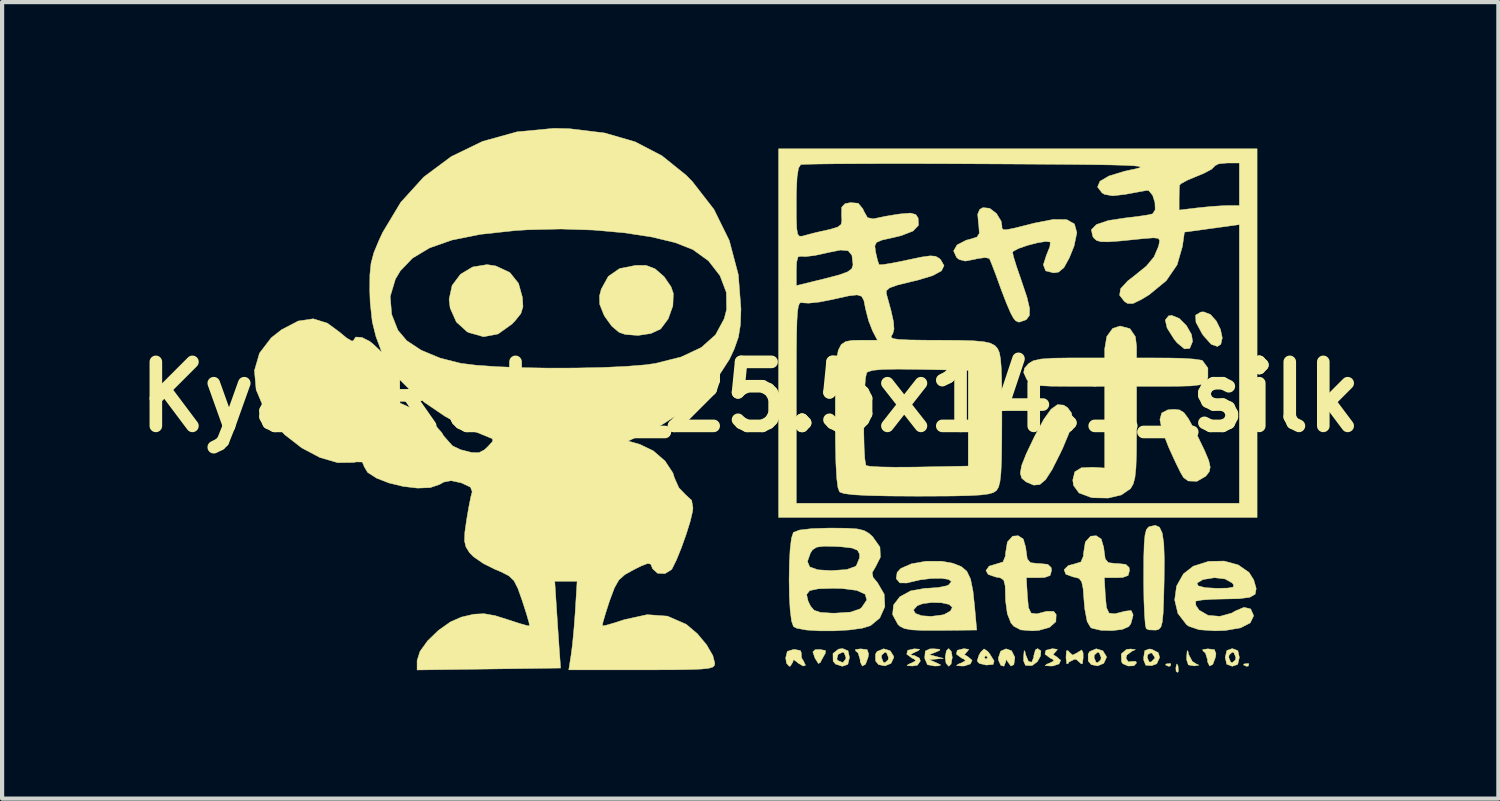
<source format=kicad_pcb>
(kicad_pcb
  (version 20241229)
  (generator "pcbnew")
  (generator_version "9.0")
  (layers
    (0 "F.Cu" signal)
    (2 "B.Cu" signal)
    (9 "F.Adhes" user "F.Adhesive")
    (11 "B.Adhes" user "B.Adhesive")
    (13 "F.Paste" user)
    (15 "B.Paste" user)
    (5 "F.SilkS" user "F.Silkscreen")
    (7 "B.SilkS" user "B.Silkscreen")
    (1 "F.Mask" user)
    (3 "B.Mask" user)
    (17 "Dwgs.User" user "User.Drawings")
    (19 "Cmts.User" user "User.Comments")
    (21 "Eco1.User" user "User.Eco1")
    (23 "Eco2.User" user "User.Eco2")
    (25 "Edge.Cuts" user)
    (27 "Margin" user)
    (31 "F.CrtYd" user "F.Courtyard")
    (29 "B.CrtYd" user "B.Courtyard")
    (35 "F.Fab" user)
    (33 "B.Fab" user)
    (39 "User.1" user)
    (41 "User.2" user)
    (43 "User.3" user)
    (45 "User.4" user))
  (footprint "KyatiRobo_25.5x14.1_silk"
    (layer "F.Cu")
    (at 14.812 6.4)
    (property "Reference" "KyatiRobo_25.5x14.1_silk" (at 0 0 0) (layer "F.SilkS") (effects (font (size 1.524 1.524) (thickness 0.3))))
    (attr through_hole)
    (fp_poly (pts (xy 10.014 6.357) (xy 10.002 6.407) (xy 9.957 6.413) (xy 9.888 6.382) (xy 9.901 6.357) (xy 10.001 6.347) (xy 10.014 6.357)) (stroke (width 0.01) (type solid)) (fill yes) (layer "F.SilkS"))
    (fp_poly (pts (xy 10.184 6.397) (xy 10.194 6.529) (xy 10.177 6.559) (xy 10.139 6.534) (xy 10.133 6.448) (xy 10.154 6.358) (xy 10.184 6.397)) (stroke (width 0.01) (type solid)) (fill yes) (layer "F.SilkS"))
    (fp_poly (pts (xy 11.87 6.357) (xy 11.859 6.407) (xy 11.814 6.413) (xy 11.744 6.382) (xy 11.758 6.357) (xy 11.858 6.347) (xy 11.87 6.357)) (stroke (width 0.01) (type solid)) (fill yes) (layer "F.SilkS"))
    (fp_poly (pts (xy 4.789 6.064) (xy 4.81 6.202) (xy 4.781 6.361) (xy 4.726 6.413) (xy 4.662 6.341) (xy 4.641 6.202) (xy 4.67 6.044) (xy 4.726 5.991) (xy 4.789 6.064)) (stroke (width 0.01) (type solid)) (fill yes) (layer "F.SilkS"))
    (fp_poly (pts (xy 1.794 6.038) (xy 1.785 6.107) (xy 1.689 6.278) (xy 1.675 6.317) (xy 1.623 6.348) (xy 1.543 6.222) (xy 1.49 6.071) (xy 1.545 6.018) (xy 1.654 6.012) (xy 1.794 6.038)) (stroke (width 0.01) (type solid)) (fill yes) (layer "F.SilkS"))
    (fp_poly (pts (xy 2.783 6.016) (xy 2.818 6.116) (xy 2.805 6.202) (xy 2.743 6.367) (xy 2.668 6.407) (xy 2.619 6.31) (xy 2.616 6.252) (xy 2.568 6.096) (xy 2.51 6.047) (xy 2.502 6.015) (xy 2.625 5.998) (xy 2.783 6.016)) (stroke (width 0.01) (type solid)) (fill yes) (layer "F.SilkS"))
    (fp_poly (pts (xy 10.422 6.058) (xy 10.438 6.134) (xy 10.525 6.297) (xy 10.617 6.356) (xy 10.682 6.386) (xy 10.583 6.403) (xy 10.569 6.404) (xy 10.431 6.38) (xy 10.39 6.258) (xy 10.391 6.181) (xy 10.403 6.039) (xy 10.422 6.058)) (stroke (width 0.01) (type solid)) (fill yes) (layer "F.SilkS"))
    (fp_poly (pts (xy 11.052 6.016) (xy 11.088 6.116) (xy 11.075 6.202) (xy 11.013 6.367) (xy 10.938 6.407) (xy 10.889 6.31) (xy 10.886 6.252) (xy 10.837 6.096) (xy 10.78 6.047) (xy 10.771 6.015) (xy 10.895 5.998) (xy 11.052 6.016)) (stroke (width 0.01) (type solid)) (fill yes) (layer "F.SilkS"))
    (fp_poly (pts (xy 10.212 -1.87) (xy 10.385 -1.698) (xy 10.506 -1.486) (xy 10.531 -1.32) (xy 10.463 -1.155) (xy 10.338 -1.144) (xy 10.165 -1.286) (xy 10.092 -1.375) (xy 9.925 -1.64) (xy 9.881 -1.83) (xy 9.959 -1.93) (xy 10.036 -1.941) (xy 10.212 -1.87)) (stroke (width 0.01) (type solid)) (fill yes) (layer "F.SilkS"))
    (fp_poly (pts (xy 10.956 -1.963) (xy 11.096 -1.807) (xy 11.196 -1.606) (xy 11.238 -1.406) (xy 11.204 -1.254) (xy 11.122 -1.201) (xy 10.975 -1.253) (xy 10.793 -1.455) (xy 10.756 -1.509) (xy 10.612 -1.777) (xy 10.603 -1.946) (xy 10.728 -2.021) (xy 10.797 -2.025) (xy 10.956 -1.963)) (stroke (width 0.01) (type solid)) (fill yes) (layer "F.SilkS"))
    (fp_poly (pts (xy 6.222 6.043) (xy 6.297 6.193) (xy 6.299 6.213) (xy 6.276 6.373) (xy 6.206 6.408) (xy 6.132 6.308) (xy 6.094 6.246) (xy 6.082 6.308) (xy 6.04 6.411) (xy 5.967 6.392) (xy 5.913 6.277) (xy 5.907 6.213) (xy 5.963 6.053) (xy 6.089 5.997) (xy 6.222 6.043)) (stroke (width 0.01) (type solid)) (fill yes) (layer "F.SilkS"))
    (fp_poly (pts (xy 9.17 6.015) (xy 9.12 6.042) (xy 9.093 6.05) (xy 8.967 6.144) (xy 8.945 6.218) (xy 8.999 6.308) (xy 9.071 6.298) (xy 9.18 6.297) (xy 9.198 6.332) (xy 9.135 6.401) (xy 8.999 6.407) (xy 8.873 6.354) (xy 8.84 6.308) (xy 8.833 6.117) (xy 8.959 6.011) (xy 9.057 6.001) (xy 9.17 6.015)) (stroke (width 0.01) (type solid)) (fill yes) (layer "F.SilkS"))
    (fp_poly (pts (xy 1.193 6.038) (xy 1.215 6.09) (xy 1.221 6.211) (xy 1.269 6.29) (xy 1.316 6.39) (xy 1.258 6.407) (xy 1.139 6.336) (xy 1.114 6.312) (xy 1.03 6.253) (xy 1.013 6.312) (xy 0.957 6.407) (xy 0.928 6.413) (xy 0.864 6.341) (xy 0.844 6.213) (xy 0.882 6.059) (xy 1.026 6.013) (xy 1.053 6.012) (xy 1.193 6.038)) (stroke (width 0.01) (type solid)) (fill yes) (layer "F.SilkS"))
    (fp_poly (pts (xy 4.516 6.008) (xy 4.508 6.036) (xy 4.43 6.07) (xy 4.261 6.137) (xy 4.43 6.181) (xy 4.599 6.225) (xy 4.261 6.256) (xy 4.43 6.329) (xy 4.536 6.382) (xy 4.491 6.403) (xy 4.385 6.407) (xy 4.219 6.375) (xy 4.158 6.235) (xy 4.154 6.202) (xy 4.168 6.049) (xy 4.277 5.999) (xy 4.368 5.997) (xy 4.516 6.008)) (stroke (width 0.01) (type solid)) (fill yes) (layer "F.SilkS"))
    (fp_poly (pts (xy 6.92 6.046) (xy 6.91 6.169) (xy 6.835 6.304) (xy 6.717 6.391) (xy 6.688 6.398) (xy 6.552 6.391) (xy 6.508 6.285) (xy 6.509 6.187) (xy 6.521 6.041) (xy 6.539 6.056) (xy 6.557 6.139) (xy 6.622 6.295) (xy 6.702 6.317) (xy 6.749 6.2) (xy 6.751 6.16) (xy 6.789 6.023) (xy 6.841 5.991) (xy 6.92 6.046)) (stroke (width 0.01) (type solid)) (fill yes) (layer "F.SilkS"))
    (fp_poly (pts (xy 5.204 6.01) (xy 5.165 6.063) (xy 5.162 6.065) (xy 5.1 6.134) (xy 5.188 6.19) (xy 5.282 6.271) (xy 5.241 6.357) (xy 5.095 6.406) (xy 5.037 6.407) (xy 4.911 6.397) (xy 4.946 6.365) (xy 5.015 6.338) (xy 5.124 6.282) (xy 5.08 6.238) (xy 5.036 6.22) (xy 4.907 6.124) (xy 4.929 6.032) (xy 5.084 5.993) (xy 5.204 6.01)) (stroke (width 0.01) (type solid)) (fill yes) (layer "F.SilkS"))
    (fp_poly (pts (xy 5.652 6.056) (xy 5.698 6.113) (xy 5.806 6.286) (xy 5.783 6.369) (xy 5.62 6.384) (xy 5.612 6.383) (xy 5.453 6.345) (xy 5.402 6.287) (xy 5.429 6.202) (xy 5.569 6.202) (xy 5.612 6.245) (xy 5.654 6.202) (xy 5.612 6.16) (xy 5.569 6.202) (xy 5.429 6.202) (xy 5.446 6.149) (xy 5.488 6.076) (xy 5.566 6) (xy 5.652 6.056)) (stroke (width 0.01) (type solid)) (fill yes) (layer "F.SilkS"))
    (fp_poly (pts (xy 7.313 6.01) (xy 7.275 6.063) (xy 7.271 6.065) (xy 7.209 6.134) (xy 7.298 6.19) (xy 7.391 6.271) (xy 7.351 6.357) (xy 7.205 6.406) (xy 7.147 6.407) (xy 7.021 6.397) (xy 7.056 6.365) (xy 7.124 6.338) (xy 7.234 6.282) (xy 7.189 6.238) (xy 7.145 6.22) (xy 7.017 6.124) (xy 7.039 6.032) (xy 7.194 5.993) (xy 7.313 6.01)) (stroke (width 0.01) (type solid)) (fill yes) (layer "F.SilkS"))
    (fp_poly (pts (xy 11.609 6.041) (xy 11.645 6.202) (xy 11.606 6.368) (xy 11.476 6.413) (xy 11.344 6.364) (xy 11.308 6.202) (xy 11.392 6.202) (xy 11.438 6.315) (xy 11.476 6.329) (xy 11.551 6.261) (xy 11.561 6.202) (xy 11.515 6.09) (xy 11.476 6.076) (xy 11.402 6.144) (xy 11.392 6.202) (xy 11.308 6.202) (xy 11.347 6.037) (xy 11.476 5.991) (xy 11.609 6.041)) (stroke (width 0.01) (type solid)) (fill yes) (layer "F.SilkS"))
    (fp_poly (pts (xy -6.058 -3.118) (xy -5.724 -2.962) (xy -5.517 -2.704) (xy -5.425 -2.372) (xy -5.411 -2.15) (xy -5.46 -1.986) (xy -5.601 -1.81) (xy -5.677 -1.732) (xy -6.004 -1.499) (xy -6.349 -1.433) (xy -6.707 -1.534) (xy -6.742 -1.552) (xy -6.998 -1.785) (xy -7.145 -2.117) (xy -7.17 -2.323) (xy -7.098 -2.654) (xy -6.899 -2.92) (xy -6.609 -3.094) (xy -6.266 -3.15) (xy -6.058 -3.118)) (stroke (width 0.01) (type solid)) (fill yes) (layer "F.SilkS"))
    (fp_poly (pts (xy 4.034 6.007) (xy 4.004 6.04) (xy 3.924 6.076) (xy 3.815 6.131) (xy 3.859 6.152) (xy 3.903 6.154) (xy 4.028 6.219) (xy 4.05 6.287) (xy 3.979 6.388) (xy 3.861 6.407) (xy 3.732 6.397) (xy 3.765 6.366) (xy 3.833 6.338) (xy 3.943 6.282) (xy 3.898 6.238) (xy 3.854 6.22) (xy 3.726 6.125) (xy 3.748 6.033) (xy 3.903 5.997) (xy 4.034 6.007)) (stroke (width 0.01) (type solid)) (fill yes) (layer "F.SilkS"))
    (fp_poly (pts (xy 7.925 6.093) (xy 7.926 6.213) (xy 7.909 6.351) (xy 7.878 6.355) (xy 7.876 6.35) (xy 7.766 6.252) (xy 7.721 6.245) (xy 7.59 6.311) (xy 7.566 6.35) (xy 7.536 6.354) (xy 7.519 6.222) (xy 7.518 6.202) (xy 7.528 6.045) (xy 7.57 6.043) (xy 7.59 6.07) (xy 7.674 6.147) (xy 7.79 6.089) (xy 7.799 6.081) (xy 7.892 6.025) (xy 7.925 6.093)) (stroke (width 0.01) (type solid)) (fill yes) (layer "F.SilkS"))
    (fp_poly (pts (xy 2.328 6.044) (xy 2.363 6.202) (xy 2.324 6.367) (xy 2.191 6.413) (xy 2.03 6.36) (xy 1.973 6.291) (xy 1.972 6.24) (xy 2.062 6.24) (xy 2.084 6.275) (xy 2.206 6.326) (xy 2.276 6.236) (xy 2.278 6.202) (xy 2.235 6.09) (xy 2.199 6.076) (xy 2.089 6.132) (xy 2.062 6.24) (xy 1.972 6.24) (xy 1.97 6.108) (xy 2.103 6.004) (xy 2.199 5.991) (xy 2.328 6.044)) (stroke (width 0.01) (type solid)) (fill yes) (layer "F.SilkS"))
    (fp_poly (pts (xy 9.557 6.007) (xy 9.715 6.09) (xy 9.747 6.202) (xy 9.678 6.353) (xy 9.557 6.398) (xy 9.416 6.388) (xy 9.369 6.27) (xy 9.367 6.202) (xy 9.451 6.202) (xy 9.494 6.307) (xy 9.542 6.313) (xy 9.629 6.226) (xy 9.633 6.202) (xy 9.567 6.103) (xy 9.542 6.092) (xy 9.465 6.133) (xy 9.451 6.202) (xy 9.367 6.202) (xy 9.393 6.041) (xy 9.499 6.001) (xy 9.557 6.007)) (stroke (width 0.01) (type solid)) (fill yes) (layer "F.SilkS"))
    (fp_poly (pts (xy 3.332 6.044) (xy 3.416 6.178) (xy 3.418 6.203) (xy 3.352 6.343) (xy 3.207 6.404) (xy 3.055 6.373) (xy 2.984 6.287) (xy 2.983 6.202) (xy 3.122 6.202) (xy 3.168 6.315) (xy 3.207 6.329) (xy 3.282 6.261) (xy 3.291 6.202) (xy 3.245 6.09) (xy 3.207 6.076) (xy 3.132 6.144) (xy 3.122 6.202) (xy 2.983 6.202) (xy 2.982 6.124) (xy 3.018 6.062) (xy 3.174 5.996) (xy 3.332 6.044)) (stroke (width 0.01) (type solid)) (fill yes) (layer "F.SilkS"))
    (fp_poly (pts (xy 8.395 6.044) (xy 8.479 6.178) (xy 8.481 6.203) (xy 8.416 6.343) (xy 8.27 6.404) (xy 8.118 6.373) (xy 8.047 6.287) (xy 8.046 6.202) (xy 8.185 6.202) (xy 8.231 6.315) (xy 8.27 6.329) (xy 8.345 6.261) (xy 8.354 6.202) (xy 8.309 6.09) (xy 8.27 6.076) (xy 8.195 6.144) (xy 8.185 6.202) (xy 8.046 6.202) (xy 8.045 6.124) (xy 8.081 6.062) (xy 8.237 5.996) (xy 8.395 6.044)) (stroke (width 0.01) (type solid)) (fill yes) (layer "F.SilkS"))
    (fp_poly (pts (xy -2.48 -3.132) (xy -2.266 -3.05) (xy -2.051 -2.863) (xy -1.886 -2.623) (xy -1.831 -2.466) (xy -1.842 -2.17) (xy -1.953 -1.859) (xy -2.131 -1.621) (xy -2.135 -1.617) (xy -2.365 -1.51) (xy -2.672 -1.464) (xy -2.974 -1.487) (xy -3.122 -1.537) (xy -3.296 -1.684) (xy -3.459 -1.909) (xy -3.488 -1.962) (xy -3.584 -2.205) (xy -3.589 -2.406) (xy -3.547 -2.566) (xy -3.38 -2.869) (xy -3.112 -3.056) (xy -2.728 -3.132) (xy -2.48 -3.132)) (stroke (width 0.01) (type solid)) (fill yes) (layer "F.SilkS"))
    (fp_poly (pts (xy 7.462 0.195) (xy 7.557 0.257) (xy 7.651 0.387) (xy 7.665 0.575) (xy 7.596 0.845) (xy 7.438 1.224) (xy 7.377 1.351) (xy 7.186 1.731) (xy 7.032 1.97) (xy 6.893 2.087) (xy 6.749 2.1) (xy 6.576 2.027) (xy 6.561 2.018) (xy 6.463 1.935) (xy 6.429 1.815) (xy 6.462 1.631) (xy 6.57 1.358) (xy 6.756 0.967) (xy 6.775 0.929) (xy 6.986 0.538) (xy 7.161 0.294) (xy 7.314 0.184) (xy 7.462 0.195)) (stroke (width 0.01) (type solid)) (fill yes) (layer "F.SilkS"))
    (fp_poly (pts (xy 10.221 0.31) (xy 10.326 0.374) (xy 10.433 0.519) (xy 10.571 0.773) (xy 10.648 0.928) (xy 10.818 1.28) (xy 10.917 1.517) (xy 10.951 1.672) (xy 10.929 1.78) (xy 10.856 1.874) (xy 10.837 1.893) (xy 10.635 2.009) (xy 10.428 2.001) (xy 10.316 1.92) (xy 10.243 1.796) (xy 10.128 1.562) (xy 9.991 1.263) (xy 9.957 1.186) (xy 9.807 0.802) (xy 9.753 0.541) (xy 9.796 0.382) (xy 9.941 0.308) (xy 10.093 0.295) (xy 10.221 0.31)) (stroke (width 0.01) (type solid)) (fill yes) (layer "F.SilkS"))
    (fp_poly (pts (xy 9.743 3.102) (xy 9.809 3.241) (xy 9.846 3.493) (xy 9.859 3.876) (xy 9.854 4.379) (xy 9.843 4.84) (xy 9.83 5.158) (xy 9.809 5.362) (xy 9.777 5.478) (xy 9.728 5.532) (xy 9.659 5.552) (xy 9.659 5.552) (xy 9.491 5.546) (xy 9.427 5.517) (xy 9.405 5.415) (xy 9.387 5.177) (xy 9.373 4.835) (xy 9.367 4.422) (xy 9.367 4.299) (xy 9.369 3.827) (xy 9.379 3.497) (xy 9.399 3.284) (xy 9.431 3.16) (xy 9.48 3.1) (xy 9.504 3.088) (xy 9.643 3.057) (xy 9.743 3.102)) (stroke (width 0.01) (type solid)) (fill yes) (layer "F.SilkS"))
    (fp_poly (pts (xy 6.501 3.384) (xy 6.559 3.585) (xy 6.566 3.65) (xy 6.596 3.858) (xy 6.671 3.946) (xy 6.842 3.966) (xy 6.883 3.966) (xy 7.084 3.986) (xy 7.164 4.062) (xy 7.173 4.135) (xy 7.14 4.251) (xy 7.013 4.298) (xy 6.873 4.304) (xy 6.573 4.304) (xy 6.599 4.747) (xy 6.624 5.016) (xy 6.686 5.146) (xy 6.82 5.165) (xy 7.056 5.104) (xy 7.225 5.105) (xy 7.284 5.18) (xy 7.276 5.352) (xy 7.128 5.485) (xy 6.868 5.559) (xy 6.707 5.569) (xy 6.438 5.546) (xy 6.272 5.458) (xy 6.207 5.382) (xy 6.121 5.163) (xy 6.078 4.848) (xy 6.076 4.755) (xy 6.069 4.497) (xy 6.035 4.362) (xy 5.951 4.306) (xy 5.844 4.288) (xy 5.665 4.226) (xy 5.612 4.135) (xy 5.687 4.029) (xy 5.844 3.982) (xy 6.017 3.929) (xy 6.074 3.791) (xy 6.077 3.728) (xy 6.122 3.454) (xy 6.247 3.315) (xy 6.381 3.305) (xy 6.501 3.384)) (stroke (width 0.01) (type solid)) (fill yes) (layer "F.SilkS"))
    (fp_poly (pts (xy 8.357 3.384) (xy 8.416 3.585) (xy 8.423 3.65) (xy 8.452 3.858) (xy 8.527 3.946) (xy 8.699 3.966) (xy 8.739 3.966) (xy 8.94 3.986) (xy 9.021 4.062) (xy 9.029 4.135) (xy 8.997 4.251) (xy 8.87 4.298) (xy 8.729 4.304) (xy 8.43 4.304) (xy 8.455 4.747) (xy 8.481 5.016) (xy 8.542 5.146) (xy 8.678 5.164) (xy 8.924 5.101) (xy 9.069 5.085) (xy 9.113 5.179) (xy 9.114 5.205) (xy 9.063 5.395) (xy 9.012 5.468) (xy 8.858 5.535) (xy 8.612 5.564) (xy 8.347 5.556) (xy 8.138 5.507) (xy 8.105 5.49) (xy 8.021 5.347) (xy 7.965 5.051) (xy 7.948 4.863) (xy 7.925 4.566) (xy 7.89 4.399) (xy 7.827 4.32) (xy 7.716 4.29) (xy 7.691 4.287) (xy 7.512 4.221) (xy 7.473 4.113) (xy 7.572 4.015) (xy 7.7 3.982) (xy 7.873 3.929) (xy 7.931 3.791) (xy 7.934 3.728) (xy 7.978 3.454) (xy 8.104 3.315) (xy 8.238 3.305) (xy 8.357 3.384)) (stroke (width 0.01) (type solid)) (fill yes) (layer "F.SilkS"))
    (fp_poly (pts (xy 11.617 3.999) (xy 11.874 4.177) (xy 11.987 4.356) (xy 12.046 4.562) (xy 12.022 4.696) (xy 11.892 4.771) (xy 11.634 4.804) (xy 11.324 4.81) (xy 11.004 4.817) (xy 10.753 4.835) (xy 10.615 4.86) (xy 10.604 4.866) (xy 10.61 4.963) (xy 10.688 5.077) (xy 10.9 5.2) (xy 11.182 5.224) (xy 11.464 5.146) (xy 11.546 5.098) (xy 11.755 5.009) (xy 11.914 5.047) (xy 11.982 5.2) (xy 11.983 5.216) (xy 11.904 5.38) (xy 11.676 5.497) (xy 11.314 5.56) (xy 11.06 5.569) (xy 10.687 5.543) (xy 10.442 5.46) (xy 10.388 5.422) (xy 10.182 5.155) (xy 10.105 4.833) (xy 10.15 4.503) (xy 10.19 4.432) (xy 10.637 4.432) (xy 10.663 4.497) (xy 10.831 4.541) (xy 11.107 4.557) (xy 11.371 4.551) (xy 11.496 4.528) (xy 11.509 4.478) (xy 11.476 4.43) (xy 11.306 4.335) (xy 11.052 4.304) (xy 10.791 4.346) (xy 10.766 4.355) (xy 10.637 4.432) (xy 10.19 4.432) (xy 10.313 4.213) (xy 10.548 4.03) (xy 10.911 3.915) (xy 11.281 3.908) (xy 11.617 3.999)) (stroke (width 0.01) (type solid)) (fill yes) (layer "F.SilkS"))
    (fp_poly (pts (xy 4.822 3.96) (xy 5.022 4.038) (xy 5.157 4.151) (xy 5.245 4.335) (xy 5.303 4.623) (xy 5.342 4.99) (xy 5.392 5.55) (xy 4.523 5.559) (xy 4.117 5.559) (xy 3.845 5.546) (xy 3.672 5.515) (xy 3.563 5.46) (xy 3.515 5.415) (xy 3.389 5.182) (xy 3.4 5.072) (xy 3.886 5.072) (xy 3.933 5.155) (xy 4.084 5.21) (xy 4.307 5.225) (xy 4.57 5.191) (xy 4.62 5.179) (xy 4.768 5.095) (xy 4.81 5.011) (xy 4.736 4.941) (xy 4.555 4.901) (xy 4.325 4.894) (xy 4.105 4.922) (xy 3.976 4.971) (xy 3.886 5.072) (xy 3.4 5.072) (xy 3.411 4.955) (xy 3.561 4.758) (xy 3.82 4.617) (xy 4.166 4.556) (xy 4.21 4.556) (xy 4.472 4.538) (xy 4.675 4.497) (xy 4.723 4.476) (xy 4.789 4.397) (xy 4.721 4.344) (xy 4.551 4.319) (xy 4.313 4.322) (xy 4.04 4.356) (xy 3.763 4.421) (xy 3.735 4.43) (xy 3.562 4.428) (xy 3.475 4.326) (xy 3.497 4.178) (xy 3.584 4.084) (xy 3.84 3.972) (xy 4.187 3.912) (xy 4.557 3.912) (xy 4.822 3.96)) (stroke (width 0.01) (type solid)) (fill yes) (layer "F.SilkS"))
    (fp_poly (pts (xy 9.04 -1.625) (xy 9.169 -1.436) (xy 9.198 -1.207) (xy 9.198 -0.928) (xy 9.936 -0.927) (xy 10.28 -0.92) (xy 10.562 -0.901) (xy 10.738 -0.875) (xy 10.768 -0.864) (xy 10.896 -0.688) (xy 10.896 -0.462) (xy 10.871 -0.401) (xy 10.811 -0.33) (xy 10.695 -0.286) (xy 10.49 -0.262) (xy 10.163 -0.254) (xy 9.997 -0.253) (xy 9.198 -0.253) (xy 9.198 0.877) (xy 9.195 1.352) (xy 9.183 1.689) (xy 9.159 1.919) (xy 9.119 2.07) (xy 9.06 2.174) (xy 9.05 2.187) (xy 8.836 2.333) (xy 8.522 2.408) (xy 8.167 2.401) (xy 8.101 2.389) (xy 7.827 2.286) (xy 7.696 2.107) (xy 7.679 1.978) (xy 7.727 1.783) (xy 7.884 1.687) (xy 8.161 1.674) (xy 8.439 1.693) (xy 8.439 -0.253) (xy 7.555 -0.253) (xy 7.155 -0.256) (xy 6.89 -0.269) (xy 6.728 -0.298) (xy 6.636 -0.347) (xy 6.585 -0.416) (xy 6.51 -0.579) (xy 6.53 -0.684) (xy 6.63 -0.796) (xy 6.737 -0.861) (xy 6.92 -0.902) (xy 7.211 -0.923) (xy 7.601 -0.928) (xy 8.439 -0.928) (xy 8.439 -1.145) (xy 8.489 -1.439) (xy 8.628 -1.63) (xy 8.804 -1.688) (xy 9.04 -1.625)) (stroke (width 0.01) (type solid)) (fill yes) (layer "F.SilkS"))
    (fp_poly (pts (xy 5.7 -4.491) (xy 5.862 -4.367) (xy 5.973 -4.186) (xy 5.991 -4.083) (xy 5.994 -4.018) (xy 6.021 -3.983) (xy 6.105 -3.982) (xy 6.276 -4.016) (xy 6.564 -4.087) (xy 6.759 -4.137) (xy 7.216 -4.226) (xy 7.534 -4.222) (xy 7.719 -4.118) (xy 7.776 -3.91) (xy 7.71 -3.593) (xy 7.597 -3.312) (xy 7.469 -3.079) (xy 7.341 -2.972) (xy 7.226 -2.953) (xy 7.034 -3.001) (xy 6.978 -3.146) (xy 7.057 -3.391) (xy 7.064 -3.404) (xy 7.135 -3.582) (xy 7.143 -3.686) (xy 7.141 -3.688) (xy 7.035 -3.701) (xy 6.835 -3.669) (xy 6.601 -3.608) (xy 6.389 -3.535) (xy 6.26 -3.466) (xy 6.245 -3.44) (xy 6.272 -3.323) (xy 6.343 -3.095) (xy 6.444 -2.802) (xy 6.455 -2.769) (xy 6.588 -2.374) (xy 6.651 -2.105) (xy 6.646 -1.938) (xy 6.576 -1.844) (xy 6.533 -1.823) (xy 6.395 -1.779) (xy 6.32 -1.812) (xy 6.265 -1.878) (xy 6.197 -2.004) (xy 6.095 -2.243) (xy 5.978 -2.547) (xy 5.956 -2.607) (xy 5.846 -2.911) (xy 5.754 -3.151) (xy 5.698 -3.286) (xy 5.693 -3.296) (xy 5.594 -3.318) (xy 5.4 -3.291) (xy 5.347 -3.277) (xy 5.117 -3.234) (xy 4.972 -3.272) (xy 4.912 -3.322) (xy 4.842 -3.476) (xy 4.924 -3.619) (xy 5.141 -3.731) (xy 5.238 -3.756) (xy 5.397 -3.806) (xy 5.454 -3.895) (xy 5.441 -4.082) (xy 5.434 -4.129) (xy 5.415 -4.35) (xy 5.463 -4.464) (xy 5.539 -4.507) (xy 5.7 -4.491)) (stroke (width 0.01) (type solid)) (fill yes) (layer "F.SilkS"))
    (fp_poly (pts (xy 2.296 3.126) (xy 2.546 3.142) (xy 2.709 3.181) (xy 2.827 3.249) (xy 2.915 3.329) (xy 3.088 3.574) (xy 3.099 3.816) (xy 2.987 4.038) (xy 2.902 4.185) (xy 2.925 4.297) (xy 3.029 4.421) (xy 3.189 4.697) (xy 3.205 4.993) (xy 3.084 5.264) (xy 2.863 5.446) (xy 2.662 5.507) (xy 2.361 5.548) (xy 2.008 5.569) (xy 1.65 5.57) (xy 1.334 5.549) (xy 1.107 5.507) (xy 1.03 5.468) (xy 0.984 5.339) (xy 0.951 5.083) (xy 0.931 4.742) (xy 0.931 4.703) (xy 1.342 4.703) (xy 1.377 4.86) (xy 1.438 4.984) (xy 1.521 5.08) (xy 1.671 5.13) (xy 1.931 5.147) (xy 2.022 5.148) (xy 2.391 5.123) (xy 2.614 5.046) (xy 2.652 5.015) (xy 2.775 4.833) (xy 2.736 4.697) (xy 2.536 4.606) (xy 2.176 4.561) (xy 1.966 4.557) (xy 1.616 4.568) (xy 1.415 4.611) (xy 1.342 4.703) (xy 0.931 4.703) (xy 0.925 4.359) (xy 0.931 3.974) (xy 0.934 3.918) (xy 1.362 3.918) (xy 1.416 4.047) (xy 1.609 4.116) (xy 1.928 4.135) (xy 2.296 4.11) (xy 2.503 4.036) (xy 2.528 4.012) (xy 2.602 3.831) (xy 2.601 3.738) (xy 2.553 3.65) (xy 2.425 3.598) (xy 2.179 3.569) (xy 2.051 3.561) (xy 1.756 3.554) (xy 1.582 3.577) (xy 1.483 3.64) (xy 1.433 3.716) (xy 1.362 3.918) (xy 0.934 3.918) (xy 0.949 3.629) (xy 0.981 3.366) (xy 1.026 3.227) (xy 1.03 3.224) (xy 1.174 3.169) (xy 1.468 3.135) (xy 1.894 3.122) (xy 1.919 3.122) (xy 2.296 3.126)) (stroke (width 0.01) (type solid)) (fill yes) (layer "F.SilkS"))
    (fp_poly (pts (xy -4.304 -6.386) (xy -3.466 -6.284) (xy -2.741 -6.074) (xy -2.105 -5.743) (xy -1.532 -5.283) (xy -1.378 -5.127) (xy -0.864 -4.465) (xy -0.499 -3.724) (xy -0.284 -2.911) (xy -0.221 -2.095) (xy -0.234 -1.717) (xy -0.281 -1.426) (xy -0.381 -1.141) (xy -0.494 -0.898) (xy -0.884 -0.296) (xy -1.421 0.225) (xy -2.103 0.662) (xy -2.277 0.749) (xy -2.907 1.05) (xy -2.629 1.129) (xy -2.307 1.284) (xy -2.028 1.526) (xy -1.842 1.809) (xy -1.804 1.93) (xy -1.699 2.163) (xy -1.543 2.325) (xy -1.395 2.462) (xy -1.364 2.644) (xy -1.374 2.729) (xy -1.428 2.96) (xy -1.523 3.265) (xy -1.639 3.59) (xy -1.756 3.879) (xy -1.854 4.078) (xy -1.878 4.114) (xy -2.032 4.208) (xy -2.207 4.198) (xy -2.326 4.09) (xy -2.335 4.065) (xy -2.369 3.981) (xy -2.44 3.965) (xy -2.588 4.021) (xy -2.77 4.111) (xy -2.985 4.231) (xy -3.127 4.358) (xy -3.232 4.542) (xy -3.341 4.833) (xy -3.354 4.87) (xy -3.444 5.149) (xy -3.505 5.357) (xy -3.522 5.45) (xy -3.522 5.451) (xy -3.437 5.438) (xy -3.239 5.381) (xy -2.998 5.303) (xy -2.455 5.184) (xy -1.971 5.219) (xy -1.536 5.408) (xy -1.506 5.428) (xy -1.258 5.639) (xy -1.04 5.9) (xy -0.89 6.16) (xy -0.844 6.341) (xy -0.853 6.394) (xy -0.895 6.433) (xy -0.991 6.461) (xy -1.162 6.479) (xy -1.429 6.49) (xy -1.815 6.496) (xy -2.34 6.498) (xy -2.583 6.498) (xy -4.321 6.498) (xy -4.264 6.139) (xy -4.231 5.878) (xy -4.197 5.52) (xy -4.168 5.137) (xy -4.165 5.084) (xy -4.122 4.388) (xy -4.654 4.388) (xy -4.609 5.084) (xy -4.584 5.462) (xy -4.56 5.819) (xy -4.542 6.088) (xy -4.539 6.118) (xy -4.515 6.455) (xy -6.223 6.478) (xy -7.932 6.501) (xy -7.932 6.277) (xy -7.863 6.059) (xy -7.681 5.807) (xy -7.426 5.56) (xy -7.139 5.357) (xy -6.877 5.242) (xy -6.582 5.173) (xy -6.336 5.161) (xy -6.071 5.208) (xy -5.739 5.313) (xy -5.487 5.395) (xy -5.31 5.445) (xy -5.254 5.451) (xy -5.269 5.367) (xy -5.327 5.166) (xy -5.416 4.889) (xy -5.425 4.86) (xy -5.531 4.561) (xy -5.625 4.376) (xy -5.747 4.259) (xy -5.936 4.163) (xy -6.071 4.107) (xy -6.353 3.967) (xy -6.588 3.805) (xy -6.684 3.708) (xy -6.768 3.573) (xy -6.803 3.429) (xy -6.795 3.221) (xy -6.754 2.932) (xy -6.702 2.628) (xy -6.653 2.383) (xy -6.62 2.256) (xy -6.661 2.148) (xy -6.87 2.05) (xy -6.884 2.045) (xy -7.123 1.994) (xy -7.297 2.027) (xy -7.397 2.084) (xy -7.618 2.159) (xy -7.92 2.171) (xy -8.261 2.131) (xy -8.601 2.049) (xy -8.897 1.934) (xy -9.11 1.797) (xy -9.198 1.648) (xy -9.198 1.637) (xy -9.237 1.55) (xy -9.38 1.547) (xy -9.444 1.56) (xy -9.823 1.565) (xy -10.246 1.442) (xy -10.677 1.214) (xy -11.081 0.901) (xy -11.422 0.525) (xy -11.56 0.314) (xy -11.764 -0.172) (xy -11.804 -0.627) (xy -11.801 -0.638) (xy -8.571 -0.638) (xy -8.489 -0.24) (xy -8.42 0.016) (xy -8.328 0.151) (xy -8.191 0.212) (xy -7.888 0.349) (xy -7.582 0.581) (xy -7.344 0.852) (xy -7.298 0.93) (xy -7.09 1.164) (xy -6.897 1.256) (xy -6.629 1.324) (xy -6.459 1.327) (xy -6.328 1.259) (xy -6.243 1.179) (xy -6.131 1.055) (xy -6.139 0.995) (xy -6.222 0.961) (xy -6.731 0.753) (xy -7.265 0.463) (xy -7.756 0.13) (xy -8.092 -0.159) (xy -8.571 -0.638) (xy -11.801 -0.638) (xy -11.684 -1.042) (xy -11.405 -1.407) (xy -11.158 -1.601) (xy -10.759 -1.808) (xy -10.404 -1.86) (xy -10.068 -1.756) (xy -9.789 -1.551) (xy -9.605 -1.4) (xy -9.482 -1.329) (xy -9.451 -1.34) (xy -9.392 -1.426) (xy -9.246 -1.417) (xy -9.061 -1.324) (xy -8.969 -1.249) (xy -8.772 -1.064) (xy -8.912 -1.439) (xy -8.999 -1.788) (xy -9.049 -2.251) (xy -9.054 -2.39) (xy -8.572 -2.39) (xy -8.537 -1.964) (xy -8.389 -1.588) (xy -8.178 -1.339) (xy -7.834 -1.112) (xy -7.388 -0.926) (xy -6.898 -0.801) (xy -6.53 -0.755) (xy -6.033 -0.72) (xy -5.444 -0.697) (xy -4.804 -0.686) (xy -4.15 -0.688) (xy -3.522 -0.701) (xy -2.957 -0.727) (xy -2.496 -0.764) (xy -2.262 -0.797) (xy -1.639 -0.953) (xy -1.164 -1.178) (xy -0.827 -1.478) (xy -0.62 -1.861) (xy -0.563 -2.081) (xy -0.569 -2.488) (xy -0.72 -2.887) (xy -0.995 -3.241) (xy -1.367 -3.509) (xy -1.785 -3.673) (xy -2.34 -3.807) (xy -3 -3.908) (xy -3.734 -3.973) (xy -4.511 -3.998) (xy -5.302 -3.979) (xy -5.605 -3.96) (xy -6.429 -3.87) (xy -7.101 -3.735) (xy -7.634 -3.548) (xy -8.04 -3.305) (xy -8.331 -3.002) (xy -8.449 -2.803) (xy -8.572 -2.39) (xy -9.054 -2.39) (xy -9.059 -2.534) (xy -9.056 -2.906) (xy -9.028 -3.184) (xy -8.961 -3.435) (xy -8.837 -3.732) (xy -8.751 -3.917) (xy -8.322 -4.631) (xy -7.773 -5.236) (xy -7.118 -5.723) (xy -6.374 -6.084) (xy -5.554 -6.311) (xy -4.673 -6.395) (xy -4.304 -6.386)) (stroke (width 0.01) (type solid)) (fill yes) (layer "F.SilkS"))
    (fp_poly (pts (xy 12.067 2.869) (xy 0.675 2.869) (xy 0.675 -3.022) (xy 1.097 -3.022) (xy 1.097 -2.65) (xy 1.772 -2.815) (xy 2.11 -2.903) (xy 2.314 -2.976) (xy 2.415 -3.049) (xy 2.446 -3.139) (xy 2.446 -3.157) (xy 2.421 -3.371) (xy 2.332 -3.48) (xy 2.149 -3.497) (xy 1.841 -3.435) (xy 1.818 -3.429) (xy 1.537 -3.368) (xy 1.312 -3.341) (xy 1.215 -3.348) (xy 1.139 -3.337) (xy 1.104 -3.207) (xy 1.097 -3.022) (xy 0.675 -3.022) (xy 0.675 -4.638) (xy 1.097 -4.638) (xy 1.098 -4.253) (xy 1.107 -4.009) (xy 1.129 -3.876) (xy 1.173 -3.825) (xy 1.244 -3.829) (xy 1.287 -3.841) (xy 1.495 -3.897) (xy 1.603 -3.923) (xy 1.909 -3.991) (xy 2.084 -4.045) (xy 2.164 -4.108) (xy 2.181 -4.206) (xy 2.173 -4.326) (xy 2.177 -4.517) (xy 2.255 -4.6) (xy 2.384 -4.626) (xy 2.571 -4.611) (xy 2.68 -4.48) (xy 2.702 -4.427) (xy 2.792 -4.268) (xy 2.926 -4.24) (xy 2.997 -4.254) (xy 3.216 -4.3) (xy 3.499 -4.347) (xy 3.574 -4.357) (xy 3.815 -4.377) (xy 3.942 -4.342) (xy 3.997 -4.26) (xy 4.006 -4.087) (xy 3.875 -3.949) (xy 3.594 -3.84) (xy 3.402 -3.794) (xy 3.139 -3.735) (xy 3.005 -3.679) (xy 2.966 -3.594) (xy 2.985 -3.451) (xy 2.988 -3.437) (xy 3.032 -3.247) (xy 3.068 -3.148) (xy 3.069 -3.147) (xy 3.159 -3.15) (xy 3.372 -3.185) (xy 3.666 -3.243) (xy 3.747 -3.261) (xy 4.077 -3.33) (xy 4.285 -3.359) (xy 4.411 -3.349) (xy 4.498 -3.3) (xy 4.533 -3.267) (xy 4.614 -3.126) (xy 4.552 -3.001) (xy 4.339 -2.886) (xy 3.968 -2.775) (xy 3.832 -2.744) (xy 3.506 -2.664) (xy 3.319 -2.597) (xy 3.241 -2.529) (xy 3.24 -2.462) (xy 3.35 -2.062) (xy 3.41 -1.791) (xy 3.423 -1.615) (xy 3.394 -1.505) (xy 3.37 -1.47) (xy 3.351 -1.423) (xy 3.401 -1.389) (xy 3.542 -1.368) (xy 3.795 -1.356) (xy 4.182 -1.351) (xy 4.477 -1.35) (xy 4.97 -1.347) (xy 5.323 -1.336) (xy 5.563 -1.314) (xy 5.719 -1.279) (xy 5.818 -1.227) (xy 5.837 -1.211) (xy 5.891 -1.147) (xy 5.932 -1.053) (xy 5.959 -0.905) (xy 5.977 -0.677) (xy 5.987 -0.346) (xy 5.991 0.113) (xy 5.991 0.513) (xy 5.989 1.085) (xy 5.982 1.511) (xy 5.968 1.814) (xy 5.945 2.019) (xy 5.911 2.148) (xy 5.865 2.224) (xy 5.859 2.23) (xy 5.791 2.276) (xy 5.675 2.31) (xy 5.489 2.334) (xy 5.212 2.35) (xy 4.82 2.359) (xy 4.293 2.362) (xy 3.977 2.363) (xy 3.318 2.359) (xy 2.816 2.348) (xy 2.459 2.329) (xy 2.234 2.301) (xy 2.129 2.264) (xy 2.127 2.262) (xy 2.088 2.16) (xy 2.059 1.936) (xy 2.039 1.578) (xy 2.028 1.074) (xy 2.025 0.502) (xy 2.703 0.502) (xy 2.704 0.879) (xy 2.712 1.218) (xy 2.728 1.479) (xy 2.752 1.621) (xy 2.759 1.634) (xy 2.86 1.653) (xy 3.098 1.667) (xy 3.44 1.673) (xy 3.855 1.671) (xy 4.003 1.669) (xy 5.19 1.646) (xy 5.19 -0.633) (xy 4.015 -0.656) (xy 3.51 -0.662) (xy 3.153 -0.655) (xy 2.923 -0.634) (xy 2.8 -0.598) (xy 2.771 -0.572) (xy 2.744 -0.449) (xy 2.724 -0.202) (xy 2.71 0.129) (xy 2.703 0.502) (xy 2.025 0.502) (xy 2.025 0.492) (xy 2.026 -0.11) (xy 2.033 -0.564) (xy 2.054 -0.891) (xy 2.096 -1.112) (xy 2.167 -1.248) (xy 2.274 -1.319) (xy 2.426 -1.346) (xy 2.628 -1.35) (xy 2.69 -1.35) (xy 3.028 -1.35) (xy 2.911 -1.575) (xy 2.818 -1.814) (xy 2.745 -2.097) (xy 2.74 -2.123) (xy 2.706 -2.296) (xy 2.651 -2.396) (xy 2.543 -2.429) (xy 2.345 -2.406) (xy 2.023 -2.335) (xy 1.95 -2.318) (xy 1.646 -2.259) (xy 1.391 -2.232) (xy 1.254 -2.24) (xy 1.208 -2.248) (xy 1.172 -2.226) (xy 1.145 -2.158) (xy 1.126 -2.026) (xy 1.112 -1.811) (xy 1.104 -1.496) (xy 1.099 -1.064) (xy 1.097 -0.495) (xy 1.097 0.121) (xy 1.097 2.532) (xy 11.645 2.532) (xy 11.645 -4.103) (xy 10.337 -3.923) (xy 10.29 -3.586) (xy 10.163 -3.145) (xy 9.904 -2.767) (xy 9.498 -2.433) (xy 9.309 -2.318) (xy 9.112 -2.223) (xy 8.983 -2.225) (xy 8.908 -2.274) (xy 8.794 -2.421) (xy 8.817 -2.576) (xy 8.986 -2.76) (xy 9.127 -2.869) (xy 9.429 -3.113) (xy 9.613 -3.333) (xy 9.717 -3.577) (xy 9.728 -3.615) (xy 9.747 -3.72) (xy 9.717 -3.774) (xy 9.604 -3.788) (xy 9.372 -3.77) (xy 9.213 -3.754) (xy 8.8 -3.712) (xy 8.522 -3.692) (xy 8.348 -3.696) (xy 8.245 -3.725) (xy 8.181 -3.783) (xy 8.154 -3.823) (xy 8.121 -3.981) (xy 8.243 -4.105) (xy 8.525 -4.2) (xy 8.921 -4.26) (xy 9.222 -4.296) (xy 9.461 -4.332) (xy 9.581 -4.359) (xy 9.641 -4.457) (xy 9.635 -4.629) (xy 9.608 -4.715) (xy 10.211 -4.715) (xy 10.211 -4.449) (xy 10.654 -4.502) (xy 10.97 -4.534) (xy 11.265 -4.553) (xy 11.371 -4.556) (xy 11.645 -4.557) (xy 11.645 -5.569) (xy 11.35 -5.569) (xy 11.155 -5.55) (xy 11.057 -5.501) (xy 11.054 -5.491) (xy 10.982 -5.42) (xy 10.797 -5.322) (xy 10.643 -5.259) (xy 10.409 -5.161) (xy 10.255 -5.077) (xy 10.221 -5.042) (xy 10.214 -4.92) (xy 10.211 -4.715) (xy 9.608 -4.715) (xy 9.579 -4.803) (xy 9.49 -4.909) (xy 9.446 -4.917) (xy 9.294 -4.89) (xy 9.049 -4.845) (xy 8.925 -4.822) (xy 8.628 -4.788) (xy 8.437 -4.822) (xy 8.376 -4.858) (xy 8.269 -4.999) (xy 8.326 -5.134) (xy 8.54 -5.26) (xy 8.908 -5.372) (xy 9.038 -5.401) (xy 9.172 -5.429) (xy 9.261 -5.453) (xy 9.291 -5.473) (xy 9.253 -5.49) (xy 9.134 -5.503) (xy 8.922 -5.514) (xy 8.607 -5.523) (xy 8.176 -5.53) (xy 7.619 -5.536) (xy 6.923 -5.541) (xy 6.076 -5.546) (xy 5.485 -5.549) (xy 4.659 -5.553) (xy 3.883 -5.555) (xy 3.174 -5.555) (xy 2.548 -5.553) (xy 2.021 -5.55) (xy 1.612 -5.545) (xy 1.335 -5.539) (xy 1.208 -5.532) (xy 1.202 -5.531) (xy 1.149 -5.447) (xy 1.115 -5.235) (xy 1.099 -4.878) (xy 1.097 -4.638) (xy 0.675 -4.638) (xy 0.675 -5.907) (xy 12.067 -5.907) (xy 12.067 2.869)) (stroke (width 0.01) (type solid)) (fill yes) (layer "F.SilkS")))
  (gr_rect
    (start -3 -3)
    (end 32.624 15.964)
    (stroke (width 0.1) (type default))
    (fill no)
    (layer "Edge.Cuts")))
</source>
